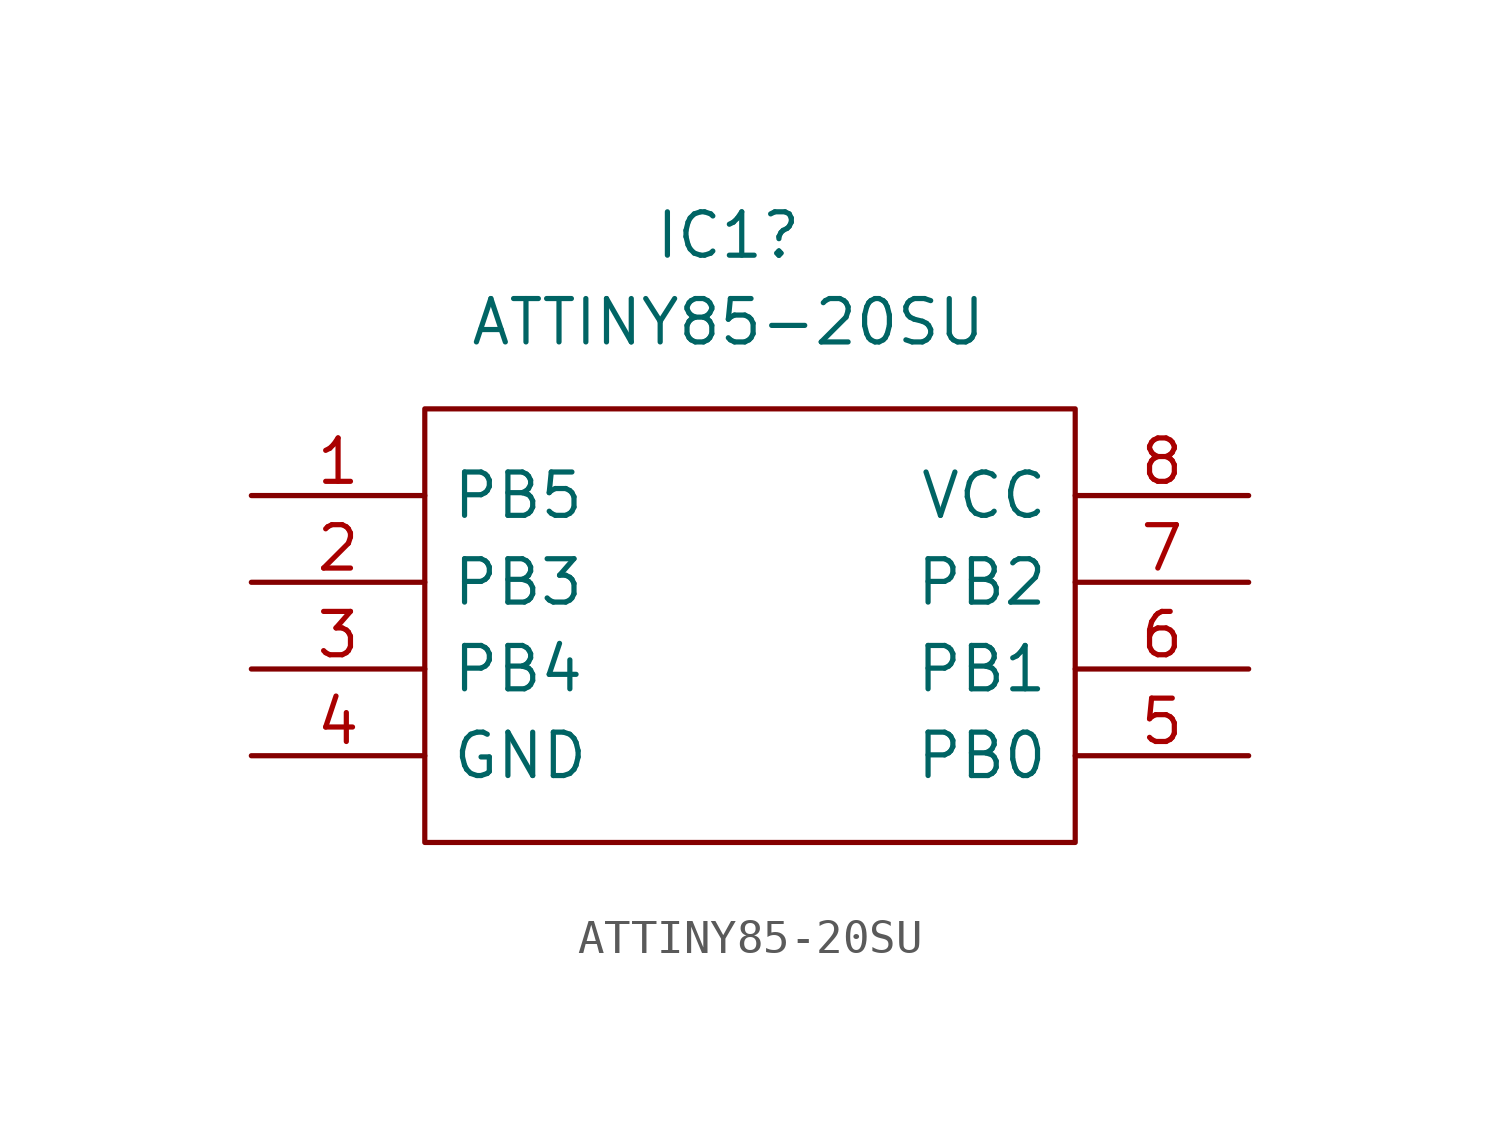
<source format=kicad_sym>
(kicad_symbol_lib
  (version 20211014)
  (generator kicad_symbol_editor)
  (symbol "ATTINY85-20SU"
    (pin_names
      (offset 0.762))
    (property "Reference" "IC1"
      (at 0 11.43 0)
      (effects (font (size 1.27 1.27))))
    (property "Value" "ATTINY85-20SU"
      (at 0 8.89 0)
      (effects (font (size 1.27 1.27))))
    (symbol "ATTINY85-20SU_0_0"
      (pin passive line (at -13.97 3.81 0) (length 5.08) (name "PB5" (effects (font (size 1.27 1.27)))) (number "1" (effects (font (size 1.27 1.27)))))
      (pin passive line (at -13.97 1.27 0) (length 5.08) (name "PB3" (effects (font (size 1.27 1.27)))) (number "2" (effects (font (size 1.27 1.27)))))
      (pin passive line (at -13.97 -1.27 0) (length 5.08) (name "PB4" (effects (font (size 1.27 1.27)))) (number "3" (effects (font (size 1.27 1.27)))))
      (pin power_in line (at -13.97 -3.81 0) (length 5.08) (name "GND" (effects (font (size 1.27 1.27)))) (number "4" (effects (font (size 1.27 1.27)))))
      (pin passive line (at 15.24 -3.81 180) (length 5.08) (name "PB0" (effects (font (size 1.27 1.27)))) (number "5" (effects (font (size 1.27 1.27)))))
      (pin passive line (at 15.24 -1.27 180) (length 5.08) (name "PB1" (effects (font (size 1.27 1.27)))) (number "6" (effects (font (size 1.27 1.27)))))
      (pin passive line (at 15.24 1.27 180) (length 5.08) (name "PB2" (effects (font (size 1.27 1.27)))) (number "7" (effects (font (size 1.27 1.27)))))
      (pin power_in line (at 15.24 3.81 180) (length 5.08) (name "VCC" (effects (font (size 1.27 1.27)))) (number "8" (effects (font (size 1.27 1.27))))))
    (symbol "ATTINY85-20SU_0_1"
      (polyline (pts (xy -8.89 6.35) (xy 10.16 6.35) (xy 10.16 -6.35) (xy -8.89 -6.35) (xy -8.89 6.35)) (stroke (width 0.152) (type default) (color 0 0 0 0)) (fill (type none))))))
</source>
